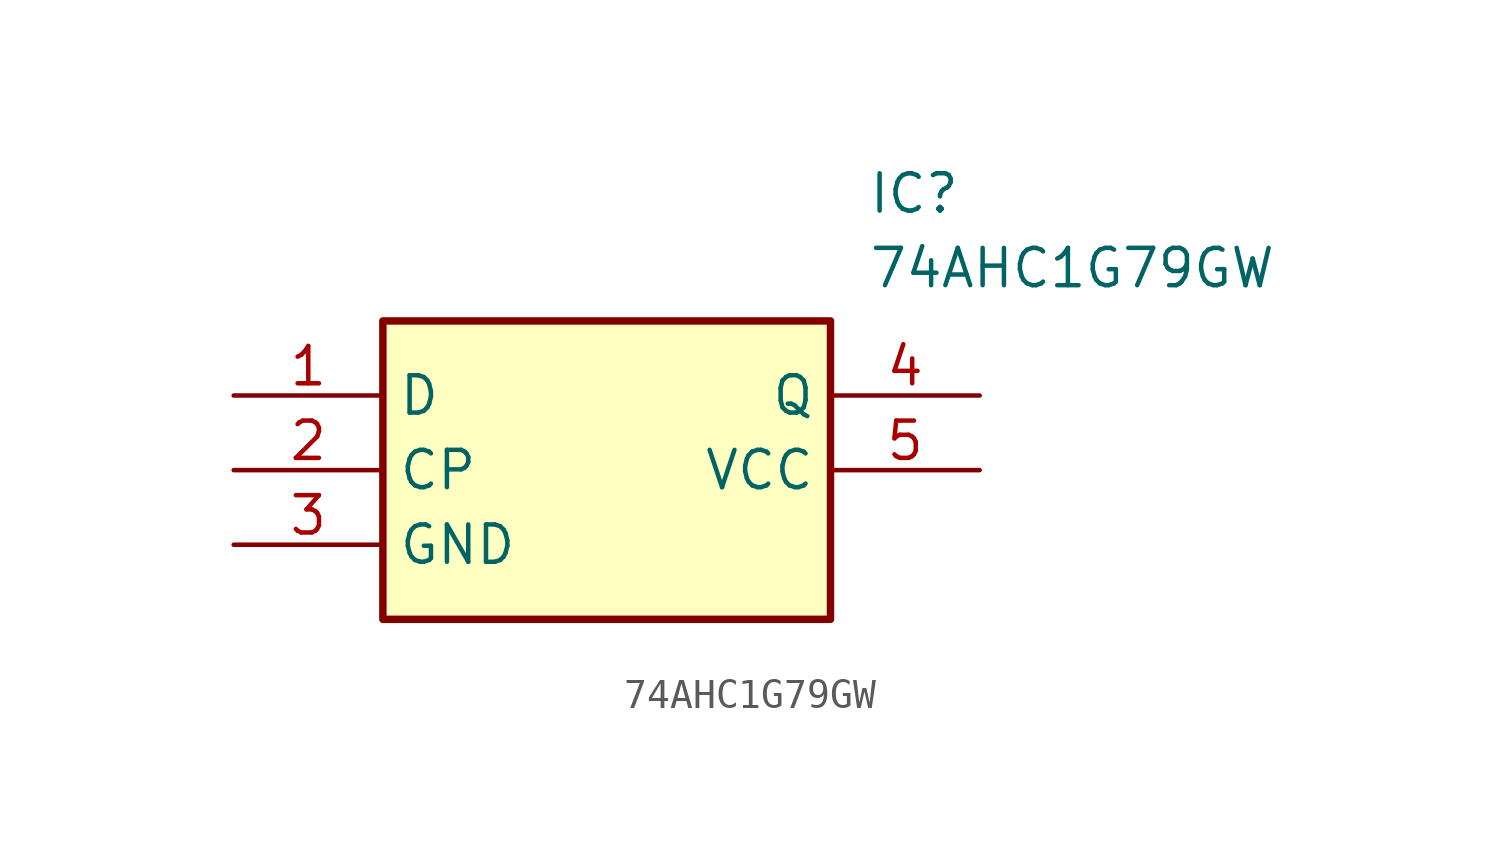
<source format=kicad_sym>
(kicad_symbol_lib
  (version 20211014)
  (generator SamacSys_ECAD_Model)
  (symbol "74AHC1G79GW"
    (property "Reference" "IC"
      (at 21.59 7.62 0)
      (effects (font (size 1.27 1.27)) (justify left top)))
    (property "Value" "74AHC1G79GW"
      (at 21.59 5.08 0)
      (effects (font (size 1.27 1.27)) (justify left top)))
    (rectangle
      (start 5.08 2.54)
      (end 20.32 -7.62)
      (stroke (width 0.254) (type default))
      (fill (type background)))
    (pin passive line
      (at 0 0 0)
      (length 5.08)
      (name "D" (effects (font (size 1.27 1.27))))
      (number "1" (effects (font (size 1.27 1.27)))))
    (pin passive line
      (at 0 -2.54 0)
      (length 5.08)
      (name "CP" (effects (font (size 1.27 1.27))))
      (number "2" (effects (font (size 1.27 1.27)))))
    (pin passive line
      (at 0 -5.08 0)
      (length 5.08)
      (name "GND" (effects (font (size 1.27 1.27))))
      (number "3" (effects (font (size 1.27 1.27)))))
    (pin passive line
      (at 25.4 0 180)
      (length 5.08)
      (name "Q" (effects (font (size 1.27 1.27))))
      (number "4" (effects (font (size 1.27 1.27)))))
    (pin passive line
      (at 25.4 -2.54 180)
      (length 5.08)
      (name "VCC" (effects (font (size 1.27 1.27))))
      (number "5" (effects (font (size 1.27 1.27)))))))
</source>
